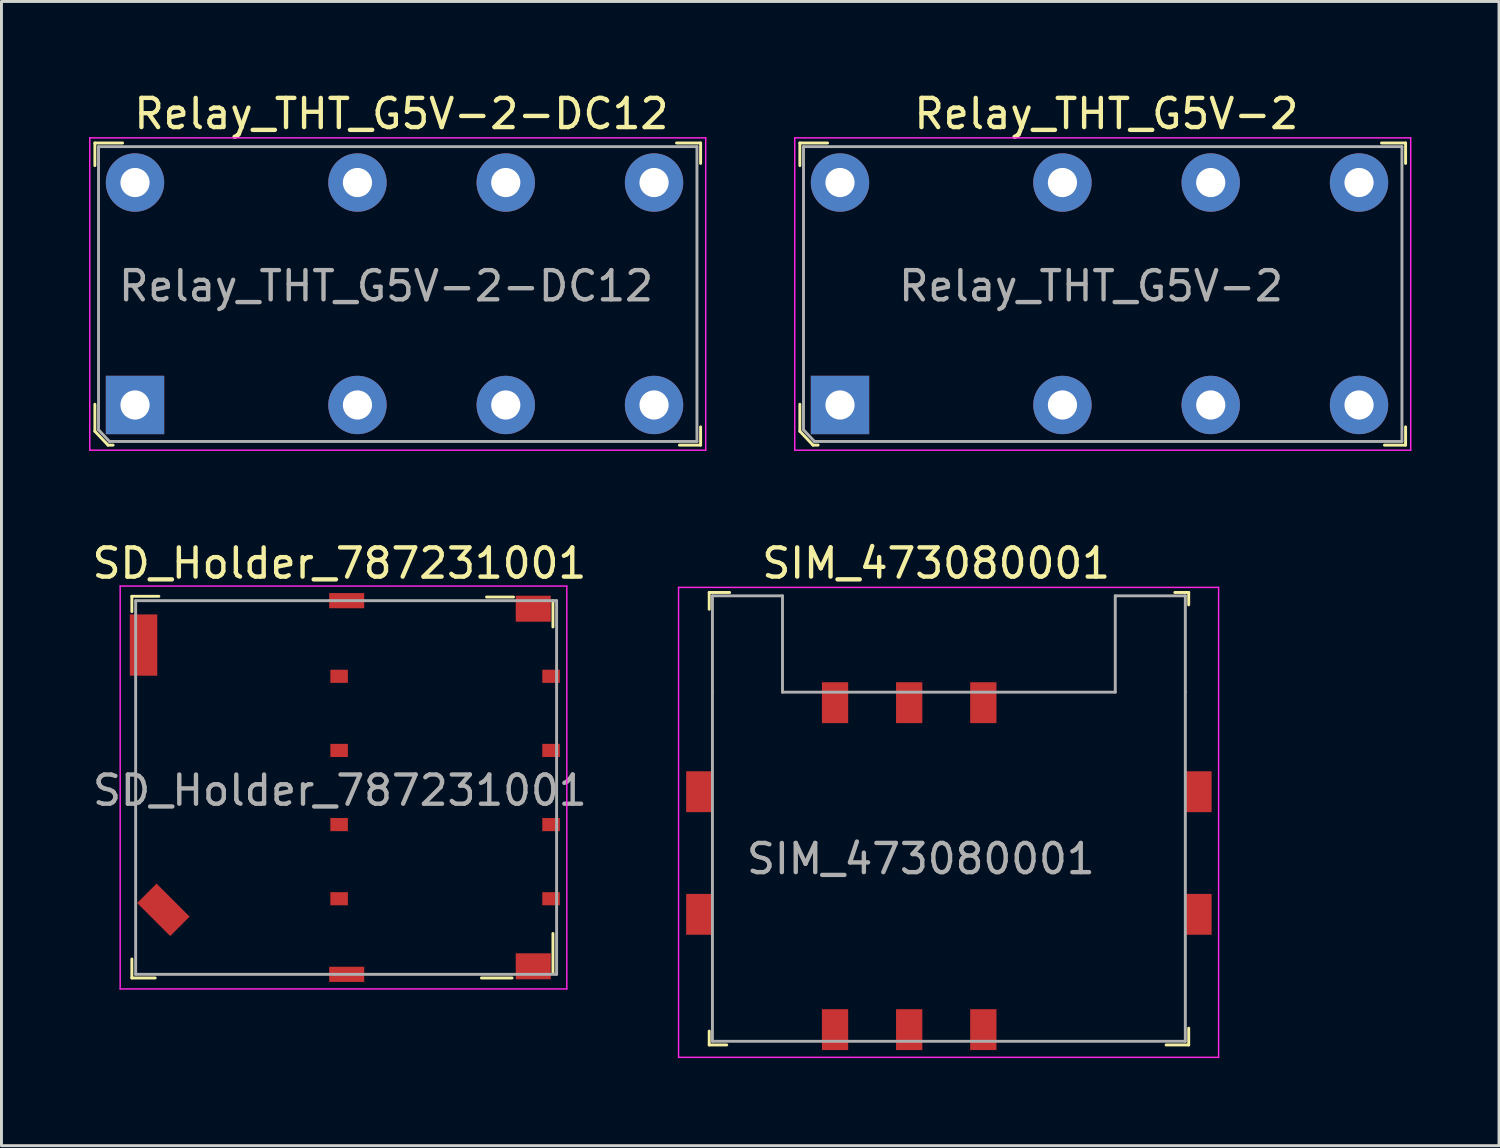
<source format=kicad_pcb>
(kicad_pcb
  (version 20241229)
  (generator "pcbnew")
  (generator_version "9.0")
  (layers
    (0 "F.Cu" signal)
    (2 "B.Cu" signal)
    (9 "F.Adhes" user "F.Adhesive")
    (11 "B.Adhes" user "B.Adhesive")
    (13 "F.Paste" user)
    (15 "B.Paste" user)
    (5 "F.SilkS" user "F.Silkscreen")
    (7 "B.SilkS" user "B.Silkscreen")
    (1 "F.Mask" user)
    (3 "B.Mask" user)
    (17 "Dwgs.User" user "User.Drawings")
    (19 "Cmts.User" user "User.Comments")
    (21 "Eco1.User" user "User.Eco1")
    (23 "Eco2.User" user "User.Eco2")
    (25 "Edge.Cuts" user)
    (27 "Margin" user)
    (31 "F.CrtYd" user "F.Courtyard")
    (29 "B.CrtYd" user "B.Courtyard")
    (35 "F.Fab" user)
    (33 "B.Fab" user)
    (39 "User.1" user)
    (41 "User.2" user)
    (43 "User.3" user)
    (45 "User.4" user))
  (footprint "SIM_473080001"
    (layer "F.Cu")
    (at 28.095 32.221)
    (property "Reference" "SIM_473080001" (at 0.925 -15.975 0) (layer "F.SilkS") (effects (font (size 1 1) (thickness 0.15))))
    (attr smd)
    (fp_line (start -6.85 -14.975) (end -6.85 -14.4) (stroke (width 0.1) (type solid)) (layer "F.SilkS"))
    (fp_line (start -6.85 0.525) (end -6.85 0.05) (stroke (width 0.1) (type solid)) (layer "F.SilkS"))
    (fp_line (start -6.25 0.525) (end -6.85 0.525) (stroke (width 0.1) (type solid)) (layer "F.SilkS"))
    (fp_line (start -6.15 -14.975) (end -6.85 -14.975) (stroke (width 0.1) (type solid)) (layer "F.SilkS"))
    (fp_line (start 9.575 -14.975) (end 9.1 -14.975) (stroke (width 0.1) (type solid)) (layer "F.SilkS"))
    (fp_line (start 9.575 -14.55) (end 9.575 -14.975) (stroke (width 0.1) (type solid)) (layer "F.SilkS"))
    (fp_line (start 9.575 -0.05) (end 9.575 0.525) (stroke (width 0.1) (type solid)) (layer "F.SilkS"))
    (fp_line (start 9.575 0.525) (end 8.8 0.525) (stroke (width 0.1) (type solid)) (layer "F.SilkS"))
    (fp_line (start -7.9 -15.15) (end -7.9 0.95) (stroke (width 0.05) (type solid)) (layer "F.CrtYd"))
    (fp_line (start -7.9 -15.15) (end 10.6 -15.15) (stroke (width 0.05) (type solid)) (layer "F.CrtYd"))
    (fp_line (start 10.6 -15.15) (end 10.6 0.95) (stroke (width 0.05) (type solid)) (layer "F.CrtYd"))
    (fp_line (start 10.6 0.95) (end -7.9 0.95) (stroke (width 0.05) (type solid)) (layer "F.CrtYd"))
    (fp_line (start -6.74 -14.86) (end -4.34 -14.86) (stroke (width 0.1) (type solid)) (layer "F.Fab"))
    (fp_line (start -6.74 -11.56) (end -6.74 -14.86) (stroke (width 0.1) (type solid)) (layer "F.Fab"))
    (fp_line (start -6.74 -11.56) (end -6.74 0.4) (stroke (width 0.1) (type solid)) (layer "F.Fab"))
    (fp_line (start -4.34 -11.56) (end -4.34 -14.86) (stroke (width 0.1) (type solid)) (layer "F.Fab"))
    (fp_line (start -4.34 -11.56) (end 7.06 -11.56) (stroke (width 0.1) (type solid)) (layer "F.Fab"))
    (fp_line (start 7.06 -11.56) (end 7.06 -14.86) (stroke (width 0.1) (type solid)) (layer "F.Fab"))
    (fp_line (start 9.46 -14.86) (end 7.06 -14.86) (stroke (width 0.1) (type solid)) (layer "F.Fab"))
    (fp_line (start 9.46 -11.56) (end 9.46 -14.86) (stroke (width 0.1) (type solid)) (layer "F.Fab"))
    (fp_line (start 9.46 -11.56) (end 9.46 0.4) (stroke (width 0.1) (type solid)) (layer "F.Fab"))
    (fp_line (start 9.46 0.4) (end -6.74 0.4) (stroke (width 0.1) (type solid)) (layer "F.Fab"))
    (fp_text user "${REFERENCE}" (at 0.4 -5.85 0) (layer "F.Fab") (effects (font (size 1 1) (thickness 0.15))))
    (pad "1" smd rect (at -2.54 -11.2) (size 0.9 1.4) (layers "F.Cu" "F.Mask" "F.Paste"))
    (pad "2" smd rect (at 0 -11.2) (size 0.9 1.4) (layers "F.Cu" "F.Mask" "F.Paste"))
    (pad "3" smd rect (at 2.54 -11.2) (size 0.9 1.4) (layers "F.Cu" "F.Mask" "F.Paste"))
    (pad "4" smd rect (at -7.19 -8.15) (size 0.9 1.4) (layers "F.Cu" "F.Mask" "F.Paste"))
    (pad "4" smd rect (at -7.19 -3.95) (size 0.9 1.4) (layers "F.Cu" "F.Mask" "F.Paste"))
    (pad "4" smd rect (at 9.91 -8.15) (size 0.9 1.4) (layers "F.Cu" "F.Mask" "F.Paste"))
    (pad "4" smd rect (at 9.91 -3.95) (size 0.9 1.4) (layers "F.Cu" "F.Mask" "F.Paste"))
    (pad "5" smd rect (at -2.54 0) (size 0.9 1.4) (layers "F.Cu" "F.Mask" "F.Paste"))
    (pad "6" smd rect (at 0 0) (size 0.9 1.4) (layers "F.Cu" "F.Mask" "F.Paste"))
    (pad "7" smd rect (at 2.54 0) (size 0.9 1.4) (layers "F.Cu" "F.Mask" "F.Paste")))
  (footprint "Relay_THT_G5V-2"
    (layer "F.Cu")
    (at 25.725 10.823)
    (property "Reference" "Relay_THT_G5V-2" (at 9.125 -9.975 0) (layer "F.SilkS") (effects (font (size 1 1) (thickness 0.15))))
    (attr through_hole)
    (fp_line (start -1.375 -8.975) (end -1.375 -8.2) (stroke (width 0.1) (type solid)) (layer "F.SilkS"))
    (fp_line (start -1.375 0.9) (end -1.375 -0.025) (stroke (width 0.1) (type solid)) (layer "F.SilkS"))
    (fp_line (start -0.925 1.375) (end -1.375 0.9) (stroke (width 0.1) (type solid)) (layer "F.SilkS"))
    (fp_line (start -0.75 1.375) (end -0.925 1.375) (stroke (width 0.1) (type solid)) (layer "F.SilkS"))
    (fp_line (start -0.425 -8.975) (end -1.375 -8.975) (stroke (width 0.1) (type solid)) (layer "F.SilkS"))
    (fp_line (start 18.55 -8.975) (end 19.375 -8.975) (stroke (width 0.1) (type solid)) (layer "F.SilkS"))
    (fp_line (start 19.375 -8.975) (end 19.375 -8.275) (stroke (width 0.1) (type solid)) (layer "F.SilkS"))
    (fp_line (start 19.375 0.75) (end 19.375 1.375) (stroke (width 0.1) (type solid)) (layer "F.SilkS"))
    (fp_line (start 19.375 1.375) (end 18.65 1.375) (stroke (width 0.1) (type solid)) (layer "F.SilkS"))
    (fp_line (start -1.55 -9.15) (end 19.55 -9.15) (stroke (width 0.05) (type solid)) (layer "F.CrtYd"))
    (fp_line (start -1.55 1.55) (end -1.55 -9.15) (stroke (width 0.05) (type solid)) (layer "F.CrtYd"))
    (fp_line (start 19.55 -9.15) (end 19.55 1.55) (stroke (width 0.05) (type solid)) (layer "F.CrtYd"))
    (fp_line (start 19.55 1.55) (end -1.55 1.55) (stroke (width 0.05) (type solid)) (layer "F.CrtYd"))
    (fp_line (start -1.25 -8.85) (end 19.25 -8.85) (stroke (width 0.1) (type solid)) (layer "F.Fab"))
    (fp_line (start -1.25 0.85) (end -1.25 -8.85) (stroke (width 0.1) (type solid)) (layer "F.Fab"))
    (fp_line (start -1.25 0.85) (end -0.875 1.25) (stroke (width 0.1) (type solid)) (layer "F.Fab"))
    (fp_line (start -0.875 1.25) (end 19.25 1.25) (stroke (width 0.1) (type solid)) (layer "F.Fab"))
    (fp_line (start 19.25 -8.85) (end 19.25 1.25) (stroke (width 0.1) (type solid)) (layer "F.Fab"))
    (fp_text user "${REFERENCE}" (at 8.6 -4.075 0) (layer "F.Fab") (effects (font (size 1 1) (thickness 0.15))))
    (pad "1" thru_hole rect (at 0 0) (size 2 2) (drill 1) (layers "*.Cu" "*.Mask"))
    (pad "4" thru_hole circle (at 7.62 0) (size 2 2) (drill 1) (layers "*.Cu" "*.Mask"))
    (pad "6" thru_hole circle (at 12.7 0) (size 2 2) (drill 1) (layers "*.Cu" "*.Mask"))
    (pad "8" thru_hole circle (at 17.78 0) (size 2 2) (drill 1) (layers "*.Cu" "*.Mask"))
    (pad "9" thru_hole circle (at 17.78 -7.62) (size 2 2) (drill 1) (layers "*.Cu" "*.Mask"))
    (pad "11" thru_hole circle (at 12.7 -7.62) (size 2 2) (drill 1) (layers "*.Cu" "*.Mask"))
    (pad "13" thru_hole circle (at 7.62 -7.62) (size 2 2) (drill 1) (layers "*.Cu" "*.Mask"))
    (pad "16" thru_hole circle (at 0 -7.62) (size 2 2) (drill 1) (layers "*.Cu" "*.Mask")))
  (footprint "SD_Holder_787231001"
    (layer "F.Cu")
    (at 8.567 23.927)
    (property "Reference" "SD_Holder_787231001" (at 0.01 -7.68 0) (layer "F.SilkS") (effects (font (size 1 1) (thickness 0.15))))
    (attr smd)
    (fp_line (start -7.1 -6.55) (end -7.1 -6.025) (stroke (width 0.1) (type solid)) (layer "F.SilkS"))
    (fp_line (start -7.1 6.525) (end -7.1 5.875) (stroke (width 0.1) (type solid)) (layer "F.SilkS"))
    (fp_line (start -6.3 6.525) (end -7.1 6.525) (stroke (width 0.1) (type solid)) (layer "F.SilkS"))
    (fp_line (start -6.175 -6.55) (end -7.1 -6.55) (stroke (width 0.1) (type solid)) (layer "F.SilkS"))
    (fp_line (start 5.925 6.525) (end 4.875 6.525) (stroke (width 0.1) (type solid)) (layer "F.SilkS"))
    (fp_line (start 5.975 -6.525) (end 5.05 -6.525) (stroke (width 0.1) (type solid)) (layer "F.SilkS"))
    (fp_line (start 7.325 -6.4) (end 7.325 -5.5) (stroke (width 0.1) (type solid)) (layer "F.SilkS"))
    (fp_line (start 7.325 6.375) (end 7.325 5) (stroke (width 0.1) (type solid)) (layer "F.SilkS"))
    (fp_line (start -7.5 -6.9) (end 7.8 -6.9) (stroke (width 0.05) (type solid)) (layer "F.CrtYd"))
    (fp_line (start -7.5 6.9) (end -7.5 -6.9) (stroke (width 0.05) (type solid)) (layer "F.CrtYd"))
    (fp_line (start -7.5 6.9) (end 7.8 6.9) (stroke (width 0.05) (type solid)) (layer "F.CrtYd"))
    (fp_line (start 7.8 -6.9) (end 7.8 6.9) (stroke (width 0.05) (type solid)) (layer "F.CrtYd"))
    (fp_line (start -6.97 -6.4) (end -6.97 6.4) (stroke (width 0.1) (type solid)) (layer "F.Fab"))
    (fp_line (start -6.97 -6.4) (end 7.45 -6.4) (stroke (width 0.1) (type solid)) (layer "F.Fab"))
    (fp_line (start -6.97 6.4) (end 7.45 6.4) (stroke (width 0.1) (type solid)) (layer "F.Fab"))
    (fp_line (start 7.45 -6.4) (end 7.45 6.4) (stroke (width 0.1) (type solid)) (layer "F.Fab"))
    (fp_text user "${REFERENCE}" (at 0.025 0.1 0) (layer "F.Fab") (effects (font (size 1 1) (thickness 0.15))))
    (pad "1" smd rect (at 7.26 -3.81) (size 0.6 0.45) (layers "F.Cu" "F.Mask" "F.Paste"))
    (pad "2" smd rect (at 7.26 -1.27) (size 0.6 0.45) (layers "F.Cu" "F.Mask" "F.Paste"))
    (pad "3" smd rect (at 7.26 1.27) (size 0.6 0.45) (layers "F.Cu" "F.Mask" "F.Paste"))
    (pad "4" smd rect (at 7.26 3.81) (size 0.6 0.45) (layers "F.Cu" "F.Mask" "F.Paste"))
    (pad "5" smd rect (at 0 -3.81) (size 0.6 0.45) (layers "F.Cu" "F.Mask" "F.Paste"))
    (pad "6" smd rect (at 0 -1.27) (size 0.6 0.45) (layers "F.Cu" "F.Mask" "F.Paste"))
    (pad "7" smd rect (at 0 1.27) (size 0.6 0.45) (layers "F.Cu" "F.Mask" "F.Paste"))
    (pad "8" smd rect (at 0 3.81) (size 0.6 0.45) (layers "F.Cu" "F.Mask" "F.Paste"))
    (pad "9" smd rect (at -6.7 -4.88) (size 0.94 2.1) (layers "F.Cu" "F.Mask" "F.Paste"))
    (pad "9" smd rect (at -6.02 4.19 315) (size 1.6 0.94) (layers "F.Cu" "F.Mask" "F.Paste"))
    (pad "9" smd rect (at 0.26 -6.4) (size 1.2 0.52) (layers "F.Cu" "F.Mask" "F.Paste"))
    (pad "9" smd rect (at 0.26 6.4) (size 1.2 0.52) (layers "F.Cu" "F.Mask" "F.Paste"))
    (pad "9" smd rect (at 6.65 -6.125) (size 1.2 0.89) (layers "F.Cu" "F.Mask" "F.Paste"))
    (pad "9" smd rect (at 6.65 6.125) (size 1.2 0.89) (layers "F.Cu" "F.Mask" "F.Paste")))
  (footprint "Relay_THT_G5V-2-DC12"
    (layer "F.Cu")
    (at 1.575 10.823)
    (property "Reference" "Relay_THT_G5V-2-DC12" (at 9.125 -9.975 0) (layer "F.SilkS") (effects (font (size 1 1) (thickness 0.15))))
    (attr through_hole)
    (fp_line (start -1.375 -8.975) (end -1.375 -8.2) (stroke (width 0.1) (type solid)) (layer "F.SilkS"))
    (fp_line (start -1.375 0.9) (end -1.375 -0.025) (stroke (width 0.1) (type solid)) (layer "F.SilkS"))
    (fp_line (start -0.925 1.375) (end -1.375 0.9) (stroke (width 0.1) (type solid)) (layer "F.SilkS"))
    (fp_line (start -0.75 1.375) (end -0.925 1.375) (stroke (width 0.1) (type solid)) (layer "F.SilkS"))
    (fp_line (start -0.425 -8.975) (end -1.375 -8.975) (stroke (width 0.1) (type solid)) (layer "F.SilkS"))
    (fp_line (start 18.55 -8.975) (end 19.375 -8.975) (stroke (width 0.1) (type solid)) (layer "F.SilkS"))
    (fp_line (start 19.375 -8.975) (end 19.375 -8.275) (stroke (width 0.1) (type solid)) (layer "F.SilkS"))
    (fp_line (start 19.375 0.75) (end 19.375 1.375) (stroke (width 0.1) (type solid)) (layer "F.SilkS"))
    (fp_line (start 19.375 1.375) (end 18.65 1.375) (stroke (width 0.1) (type solid)) (layer "F.SilkS"))
    (fp_line (start -1.55 -9.15) (end 19.55 -9.15) (stroke (width 0.05) (type solid)) (layer "F.CrtYd"))
    (fp_line (start -1.55 1.55) (end -1.55 -9.15) (stroke (width 0.05) (type solid)) (layer "F.CrtYd"))
    (fp_line (start 19.55 -9.15) (end 19.55 1.55) (stroke (width 0.05) (type solid)) (layer "F.CrtYd"))
    (fp_line (start 19.55 1.55) (end -1.55 1.55) (stroke (width 0.05) (type solid)) (layer "F.CrtYd"))
    (fp_line (start -1.25 -8.85) (end 19.25 -8.85) (stroke (width 0.1) (type solid)) (layer "F.Fab"))
    (fp_line (start -1.25 0.85) (end -1.25 -8.85) (stroke (width 0.1) (type solid)) (layer "F.Fab"))
    (fp_line (start -1.25 0.85) (end -0.875 1.25) (stroke (width 0.1) (type solid)) (layer "F.Fab"))
    (fp_line (start -0.875 1.25) (end 19.25 1.25) (stroke (width 0.1) (type solid)) (layer "F.Fab"))
    (fp_line (start 19.25 -8.85) (end 19.25 1.25) (stroke (width 0.1) (type solid)) (layer "F.Fab"))
    (fp_text user "${REFERENCE}" (at 8.6 -4.075 0) (layer "F.Fab") (effects (font (size 1 1) (thickness 0.15))))
    (pad "1" thru_hole rect (at 0 0) (size 2 2) (drill 1) (layers "*.Cu" "*.Mask"))
    (pad "4" thru_hole circle (at 7.62 0) (size 2 2) (drill 1) (layers "*.Cu" "*.Mask"))
    (pad "6" thru_hole circle (at 12.7 0) (size 2 2) (drill 1) (layers "*.Cu" "*.Mask"))
    (pad "8" thru_hole circle (at 17.78 0) (size 2 2) (drill 1) (layers "*.Cu" "*.Mask"))
    (pad "9" thru_hole circle (at 17.78 -7.62) (size 2 2) (drill 1) (layers "*.Cu" "*.Mask"))
    (pad "11" thru_hole circle (at 12.7 -7.62) (size 2 2) (drill 1) (layers "*.Cu" "*.Mask"))
    (pad "13" thru_hole circle (at 7.62 -7.62) (size 2 2) (drill 1) (layers "*.Cu" "*.Mask"))
    (pad "16" thru_hole circle (at 0 -7.62) (size 2 2) (drill 1) (layers "*.Cu" "*.Mask")))
  (gr_rect
    (start -3 -3)
    (end 48.3 36.197)
    (stroke (width 0.1) (type default))
    (fill no)
    (layer "Edge.Cuts")))
</source>
